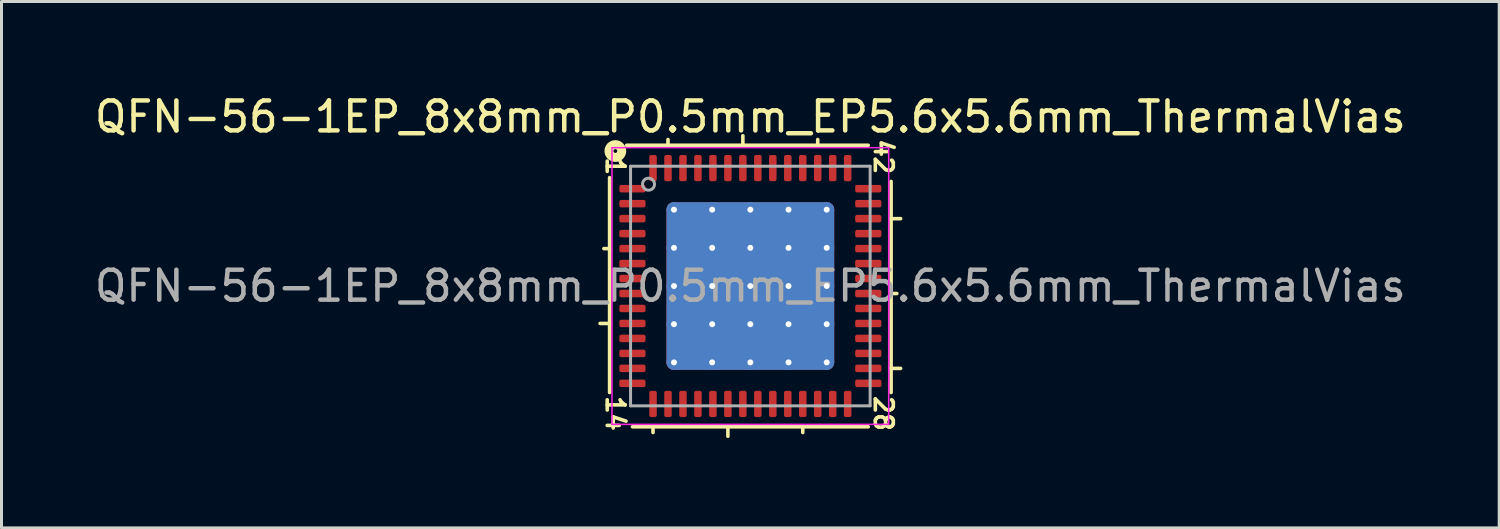
<source format=kicad_pcb>
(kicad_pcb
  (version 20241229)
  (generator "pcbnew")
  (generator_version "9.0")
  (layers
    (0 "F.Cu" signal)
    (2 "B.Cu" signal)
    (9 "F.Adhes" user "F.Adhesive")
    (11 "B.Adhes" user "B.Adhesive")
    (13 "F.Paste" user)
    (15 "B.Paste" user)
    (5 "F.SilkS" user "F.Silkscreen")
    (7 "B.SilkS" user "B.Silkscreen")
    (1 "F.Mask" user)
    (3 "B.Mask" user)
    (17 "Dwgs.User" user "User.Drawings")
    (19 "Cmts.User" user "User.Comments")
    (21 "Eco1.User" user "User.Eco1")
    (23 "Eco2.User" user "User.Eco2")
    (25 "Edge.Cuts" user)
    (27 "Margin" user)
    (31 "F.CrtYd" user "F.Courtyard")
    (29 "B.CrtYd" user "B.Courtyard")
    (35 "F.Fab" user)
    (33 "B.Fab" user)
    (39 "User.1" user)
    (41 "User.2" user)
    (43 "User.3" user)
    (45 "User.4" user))
  (footprint "QFN-56-1EP_8x8mm_P0.5mm_EP5.6x5.6mm_ThermalVias"
    (layer "F.Cu")
    (at 22.006 6.501)
    (property "Reference" "QFN-56-1EP_8x8mm_P0.5mm_EP5.6x5.6mm_ThermalVias" (at 0 -5.652 0) (layer "F.SilkS") (effects (font (size 1 1) (thickness 0.15))))
    (attr smd)
    (fp_line (start -4.7 -3.619) (end -4.7 3.556) (stroke (width 0.12) (type solid)) (layer "F.SilkS"))
    (fp_line (start -4.7 -1.25) (end -4.891 -1.25) (stroke (width 0.12) (type solid)) (layer "F.SilkS"))
    (fp_line (start -4.7 1.25) (end -5.018 1.25) (stroke (width 0.12) (type solid)) (layer "F.SilkS"))
    (fp_line (start -3.937 4.7) (end 3.937 4.7) (stroke (width 0.12) (type solid)) (layer "F.SilkS"))
    (fp_line (start -3.25 4.891) (end -3.25 4.7) (stroke (width 0.12) (type solid)) (layer "F.SilkS"))
    (fp_line (start -2.75 -4.7) (end -2.75 -4.891) (stroke (width 0.12) (type solid)) (layer "F.SilkS"))
    (fp_line (start -0.75 5.018) (end -0.75 4.7) (stroke (width 0.12) (type solid)) (layer "F.SilkS"))
    (fp_line (start -0.25 -4.7) (end -0.25 -5.018) (stroke (width 0.12) (type solid)) (layer "F.SilkS"))
    (fp_line (start 1.75 4.891) (end 1.75 4.7) (stroke (width 0.12) (type solid)) (layer "F.SilkS"))
    (fp_line (start 2.25 -4.7) (end 2.25 -4.891) (stroke (width 0.12) (type solid)) (layer "F.SilkS"))
    (fp_line (start 3.937 -4.7) (end -4.128 -4.7) (stroke (width 0.12) (type solid)) (layer "F.SilkS"))
    (fp_line (start 4.7 -2.25) (end 5.018 -2.25) (stroke (width 0.12) (type solid)) (layer "F.SilkS"))
    (fp_line (start 4.7 0.25) (end 4.891 0.25) (stroke (width 0.12) (type solid)) (layer "F.SilkS"))
    (fp_line (start 4.7 2.75) (end 5.018 2.75) (stroke (width 0.12) (type solid)) (layer "F.SilkS"))
    (fp_line (start 4.7 3.556) (end 4.7 -3.493) (stroke (width 0.12) (type solid)) (layer "F.SilkS"))
    (fp_circle (center -4.508 -4.508) (end -4.445 -4.508) (stroke (width 0.3) (type solid)) (fill no) (layer "F.SilkS"))
    (fp_line (start -4.62 -4.62) (end -4.62 4.62) (stroke (width 0.05) (type solid)) (layer "F.CrtYd"))
    (fp_line (start -4.62 4.62) (end 4.62 4.62) (stroke (width 0.05) (type solid)) (layer "F.CrtYd"))
    (fp_line (start 4.62 -4.62) (end -4.62 -4.62) (stroke (width 0.05) (type solid)) (layer "F.CrtYd"))
    (fp_line (start 4.62 4.62) (end 4.62 -4.62) (stroke (width 0.05) (type solid)) (layer "F.CrtYd"))
    (fp_line (start -4 -4) (end 4 -4) (stroke (width 0.1) (type solid)) (layer "F.Fab"))
    (fp_line (start -4 4) (end -4 -4) (stroke (width 0.1) (type solid)) (layer "F.Fab"))
    (fp_line (start 4 -4) (end 4 4) (stroke (width 0.1) (type solid)) (layer "F.Fab"))
    (fp_line (start 4 4) (end -4 4) (stroke (width 0.1) (type solid)) (layer "F.Fab"))
    (fp_circle (center -3.4 -3.4) (end -3.2 -3.4) (stroke (width 0.1) (type solid)) (fill no) (layer "F.Fab"))
    (fp_text user "42" (at 4.445 -4.318 270) (unlocked yes) (layer "F.SilkS") (effects (font (size 0.6 0.6) (thickness 0.12))))
    (fp_text user "1" (at -4.508 -4 270) (unlocked yes) (layer "F.SilkS") (effects (font (size 0.6 0.6) (thickness 0.12))))
    (fp_text user "14" (at -4.508 4.255 270) (unlocked yes) (layer "F.SilkS") (effects (font (size 0.6 0.6) (thickness 0.12))))
    (fp_text user "28" (at 4.445 4.255 270) (unlocked yes) (layer "F.SilkS") (effects (font (size 0.6 0.6) (thickness 0.12))))
    (fp_text user "${REFERENCE}" (at 0 0 0) (layer "F.Fab") (effects (font (size 1 1) (thickness 0.15))))
    (pad "" smd roundrect (at -1.913 -1.913) (size 1.084 1.084) (layers "F.Paste") (roundrect_rratio 0.231))
    (pad "" smd roundrect (at -1.913 -0.637) (size 1.084 1.084) (layers "F.Paste") (roundrect_rratio 0.231))
    (pad "" smd roundrect (at -1.913 0.637) (size 1.084 1.084) (layers "F.Paste") (roundrect_rratio 0.231))
    (pad "" smd roundrect (at -1.913 1.913) (size 1.084 1.084) (layers "F.Paste") (roundrect_rratio 0.231))
    (pad "" smd roundrect (at -0.637 -1.913) (size 1.084 1.084) (layers "F.Paste") (roundrect_rratio 0.231))
    (pad "" smd roundrect (at -0.637 -0.637) (size 1.084 1.084) (layers "F.Paste") (roundrect_rratio 0.231))
    (pad "" smd roundrect (at -0.637 0.637) (size 1.084 1.084) (layers "F.Paste") (roundrect_rratio 0.231))
    (pad "" smd roundrect (at -0.637 1.913) (size 1.084 1.084) (layers "F.Paste") (roundrect_rratio 0.231))
    (pad "" smd roundrect (at 0.637 -1.913) (size 1.084 1.084) (layers "F.Paste") (roundrect_rratio 0.231))
    (pad "" smd roundrect (at 0.637 -0.637) (size 1.084 1.084) (layers "F.Paste") (roundrect_rratio 0.231))
    (pad "" smd roundrect (at 0.637 0.637) (size 1.084 1.084) (layers "F.Paste") (roundrect_rratio 0.231))
    (pad "" smd roundrect (at 0.637 1.913) (size 1.084 1.084) (layers "F.Paste") (roundrect_rratio 0.231))
    (pad "" smd roundrect (at 1.913 -1.913) (size 1.084 1.084) (layers "F.Paste") (roundrect_rratio 0.231))
    (pad "" smd roundrect (at 1.913 -0.637) (size 1.084 1.084) (layers "F.Paste") (roundrect_rratio 0.231))
    (pad "" smd roundrect (at 1.913 0.637) (size 1.084 1.084) (layers "F.Paste") (roundrect_rratio 0.231))
    (pad "" smd roundrect (at 1.913 1.913) (size 1.084 1.084) (layers "F.Paste") (roundrect_rratio 0.231))
    (pad "1" smd roundrect (at -3.938 -3.25) (size 0.875 0.25) (layers "F.Cu" "F.Mask" "F.Paste") (roundrect_rratio 0.25))
    (pad "2" smd roundrect (at -3.938 -2.75) (size 0.875 0.25) (layers "F.Cu" "F.Mask" "F.Paste") (roundrect_rratio 0.25))
    (pad "3" smd roundrect (at -3.938 -2.25) (size 0.875 0.25) (layers "F.Cu" "F.Mask" "F.Paste") (roundrect_rratio 0.25))
    (pad "4" smd roundrect (at -3.938 -1.75) (size 0.875 0.25) (layers "F.Cu" "F.Mask" "F.Paste") (roundrect_rratio 0.25))
    (pad "5" smd roundrect (at -3.938 -1.25) (size 0.875 0.25) (layers "F.Cu" "F.Mask" "F.Paste") (roundrect_rratio 0.25))
    (pad "6" smd roundrect (at -3.938 -0.75) (size 0.875 0.25) (layers "F.Cu" "F.Mask" "F.Paste") (roundrect_rratio 0.25))
    (pad "7" smd roundrect (at -3.938 -0.25) (size 0.875 0.25) (layers "F.Cu" "F.Mask" "F.Paste") (roundrect_rratio 0.25))
    (pad "8" smd roundrect (at -3.938 0.25) (size 0.875 0.25) (layers "F.Cu" "F.Mask" "F.Paste") (roundrect_rratio 0.25))
    (pad "9" smd roundrect (at -3.938 0.75) (size 0.875 0.25) (layers "F.Cu" "F.Mask" "F.Paste") (roundrect_rratio 0.25))
    (pad "10" smd roundrect (at -3.938 1.25) (size 0.875 0.25) (layers "F.Cu" "F.Mask" "F.Paste") (roundrect_rratio 0.25))
    (pad "11" smd roundrect (at -3.938 1.75) (size 0.875 0.25) (layers "F.Cu" "F.Mask" "F.Paste") (roundrect_rratio 0.25))
    (pad "12" smd roundrect (at -3.938 2.25) (size 0.875 0.25) (layers "F.Cu" "F.Mask" "F.Paste") (roundrect_rratio 0.25))
    (pad "13" smd roundrect (at -3.938 2.75) (size 0.875 0.25) (layers "F.Cu" "F.Mask" "F.Paste") (roundrect_rratio 0.25))
    (pad "14" smd roundrect (at -3.938 3.25) (size 0.875 0.25) (layers "F.Cu" "F.Mask" "F.Paste") (roundrect_rratio 0.25))
    (pad "15" smd roundrect (at -3.25 3.938) (size 0.25 0.875) (layers "F.Cu" "F.Mask" "F.Paste") (roundrect_rratio 0.25))
    (pad "16" smd roundrect (at -2.75 3.938) (size 0.25 0.875) (layers "F.Cu" "F.Mask" "F.Paste") (roundrect_rratio 0.25))
    (pad "17" smd roundrect (at -2.25 3.938) (size 0.25 0.875) (layers "F.Cu" "F.Mask" "F.Paste") (roundrect_rratio 0.25))
    (pad "18" smd roundrect (at -1.75 3.938) (size 0.25 0.875) (layers "F.Cu" "F.Mask" "F.Paste") (roundrect_rratio 0.25))
    (pad "19" smd roundrect (at -1.25 3.938) (size 0.25 0.875) (layers "F.Cu" "F.Mask" "F.Paste") (roundrect_rratio 0.25))
    (pad "20" smd roundrect (at -0.75 3.938) (size 0.25 0.875) (layers "F.Cu" "F.Mask" "F.Paste") (roundrect_rratio 0.25))
    (pad "21" smd roundrect (at -0.25 3.938) (size 0.25 0.875) (layers "F.Cu" "F.Mask" "F.Paste") (roundrect_rratio 0.25))
    (pad "22" smd roundrect (at 0.25 3.938) (size 0.25 0.875) (layers "F.Cu" "F.Mask" "F.Paste") (roundrect_rratio 0.25))
    (pad "23" smd roundrect (at 0.75 3.938) (size 0.25 0.875) (layers "F.Cu" "F.Mask" "F.Paste") (roundrect_rratio 0.25))
    (pad "24" smd roundrect (at 1.25 3.938) (size 0.25 0.875) (layers "F.Cu" "F.Mask" "F.Paste") (roundrect_rratio 0.25))
    (pad "25" smd roundrect (at 1.75 3.938) (size 0.25 0.875) (layers "F.Cu" "F.Mask" "F.Paste") (roundrect_rratio 0.25))
    (pad "26" smd roundrect (at 2.25 3.938) (size 0.25 0.875) (layers "F.Cu" "F.Mask" "F.Paste") (roundrect_rratio 0.25))
    (pad "27" smd roundrect (at 2.75 3.938) (size 0.25 0.875) (layers "F.Cu" "F.Mask" "F.Paste") (roundrect_rratio 0.25))
    (pad "28" smd roundrect (at 3.25 3.938) (size 0.25 0.875) (layers "F.Cu" "F.Mask" "F.Paste") (roundrect_rratio 0.25))
    (pad "29" smd roundrect (at 3.938 3.25) (size 0.875 0.25) (layers "F.Cu" "F.Mask" "F.Paste") (roundrect_rratio 0.25))
    (pad "30" smd roundrect (at 3.938 2.75) (size 0.875 0.25) (layers "F.Cu" "F.Mask" "F.Paste") (roundrect_rratio 0.25))
    (pad "31" smd roundrect (at 3.938 2.25) (size 0.875 0.25) (layers "F.Cu" "F.Mask" "F.Paste") (roundrect_rratio 0.25))
    (pad "32" smd roundrect (at 3.938 1.75) (size 0.875 0.25) (layers "F.Cu" "F.Mask" "F.Paste") (roundrect_rratio 0.25))
    (pad "33" smd roundrect (at 3.938 1.25) (size 0.875 0.25) (layers "F.Cu" "F.Mask" "F.Paste") (roundrect_rratio 0.25))
    (pad "34" smd roundrect (at 3.938 0.75) (size 0.875 0.25) (layers "F.Cu" "F.Mask" "F.Paste") (roundrect_rratio 0.25))
    (pad "35" smd roundrect (at 3.938 0.25) (size 0.875 0.25) (layers "F.Cu" "F.Mask" "F.Paste") (roundrect_rratio 0.25))
    (pad "36" smd roundrect (at 3.938 -0.25) (size 0.875 0.25) (layers "F.Cu" "F.Mask" "F.Paste") (roundrect_rratio 0.25))
    (pad "37" smd roundrect (at 3.938 -0.75) (size 0.875 0.25) (layers "F.Cu" "F.Mask" "F.Paste") (roundrect_rratio 0.25))
    (pad "38" smd roundrect (at 3.938 -1.25) (size 0.875 0.25) (layers "F.Cu" "F.Mask" "F.Paste") (roundrect_rratio 0.25))
    (pad "39" smd roundrect (at 3.938 -1.75) (size 0.875 0.25) (layers "F.Cu" "F.Mask" "F.Paste") (roundrect_rratio 0.25))
    (pad "40" smd roundrect (at 3.938 -2.25) (size 0.875 0.25) (layers "F.Cu" "F.Mask" "F.Paste") (roundrect_rratio 0.25))
    (pad "41" smd roundrect (at 3.938 -2.75) (size 0.875 0.25) (layers "F.Cu" "F.Mask" "F.Paste") (roundrect_rratio 0.25))
    (pad "42" smd roundrect (at 3.938 -3.25) (size 0.875 0.25) (layers "F.Cu" "F.Mask" "F.Paste") (roundrect_rratio 0.25))
    (pad "43" smd roundrect (at 3.25 -3.938) (size 0.25 0.875) (layers "F.Cu" "F.Mask" "F.Paste") (roundrect_rratio 0.25))
    (pad "44" smd roundrect (at 2.75 -3.938) (size 0.25 0.875) (layers "F.Cu" "F.Mask" "F.Paste") (roundrect_rratio 0.25))
    (pad "45" smd roundrect (at 2.25 -3.938) (size 0.25 0.875) (layers "F.Cu" "F.Mask" "F.Paste") (roundrect_rratio 0.25))
    (pad "46" smd roundrect (at 1.75 -3.938) (size 0.25 0.875) (layers "F.Cu" "F.Mask" "F.Paste") (roundrect_rratio 0.25))
    (pad "47" smd roundrect (at 1.25 -3.938) (size 0.25 0.875) (layers "F.Cu" "F.Mask" "F.Paste") (roundrect_rratio 0.25))
    (pad "48" smd roundrect (at 0.75 -3.938) (size 0.25 0.875) (layers "F.Cu" "F.Mask" "F.Paste") (roundrect_rratio 0.25))
    (pad "49" smd roundrect (at 0.25 -3.938) (size 0.25 0.875) (layers "F.Cu" "F.Mask" "F.Paste") (roundrect_rratio 0.25))
    (pad "50" smd roundrect (at -0.25 -3.938) (size 0.25 0.875) (layers "F.Cu" "F.Mask" "F.Paste") (roundrect_rratio 0.25))
    (pad "51" smd roundrect (at -0.75 -3.938) (size 0.25 0.875) (layers "F.Cu" "F.Mask" "F.Paste") (roundrect_rratio 0.25))
    (pad "52" smd roundrect (at -1.25 -3.938) (size 0.25 0.875) (layers "F.Cu" "F.Mask" "F.Paste") (roundrect_rratio 0.25))
    (pad "53" smd roundrect (at -1.75 -3.938) (size 0.25 0.875) (layers "F.Cu" "F.Mask" "F.Paste") (roundrect_rratio 0.25))
    (pad "54" smd roundrect (at -2.25 -3.938) (size 0.25 0.875) (layers "F.Cu" "F.Mask" "F.Paste") (roundrect_rratio 0.25))
    (pad "55" smd roundrect (at -2.75 -3.938) (size 0.25 0.875) (layers "F.Cu" "F.Mask" "F.Paste") (roundrect_rratio 0.25))
    (pad "56" smd roundrect (at -3.25 -3.938) (size 0.25 0.875) (layers "F.Cu" "F.Mask" "F.Paste") (roundrect_rratio 0.25))
    (pad "57" thru_hole circle (at -2.55 -2.55) (size 0.5 0.5) (drill 0.2) (property pad_prop_heatsink) (layers "*.Cu"))
    (pad "57" thru_hole circle (at -2.55 -1.275) (size 0.5 0.5) (drill 0.2) (property pad_prop_heatsink) (layers "*.Cu"))
    (pad "57" thru_hole circle (at -2.55 0) (size 0.5 0.5) (drill 0.2) (property pad_prop_heatsink) (layers "*.Cu"))
    (pad "57" thru_hole circle (at -2.55 1.275) (size 0.5 0.5) (drill 0.2) (property pad_prop_heatsink) (layers "*.Cu"))
    (pad "57" thru_hole circle (at -2.55 2.55) (size 0.5 0.5) (drill 0.2) (property pad_prop_heatsink) (layers "*.Cu"))
    (pad "57" thru_hole circle (at -1.275 -2.55) (size 0.5 0.5) (drill 0.2) (property pad_prop_heatsink) (layers "*.Cu"))
    (pad "57" thru_hole circle (at -1.275 -1.275) (size 0.5 0.5) (drill 0.2) (property pad_prop_heatsink) (layers "*.Cu"))
    (pad "57" thru_hole circle (at -1.275 0) (size 0.5 0.5) (drill 0.2) (property pad_prop_heatsink) (layers "*.Cu"))
    (pad "57" thru_hole circle (at -1.275 1.275) (size 0.5 0.5) (drill 0.2) (property pad_prop_heatsink) (layers "*.Cu"))
    (pad "57" thru_hole circle (at -1.275 2.55) (size 0.5 0.5) (drill 0.2) (property pad_prop_heatsink) (layers "*.Cu"))
    (pad "57" thru_hole circle (at 0 -2.55) (size 0.5 0.5) (drill 0.2) (property pad_prop_heatsink) (layers "*.Cu"))
    (pad "57" thru_hole circle (at 0 -1.275) (size 0.5 0.5) (drill 0.2) (property pad_prop_heatsink) (layers "*.Cu"))
    (pad "57" thru_hole circle (at 0 0) (size 0.5 0.5) (drill 0.2) (property pad_prop_heatsink) (layers "*.Cu"))
    (pad "57" smd roundrect (at 0 0) (size 5.6 5.6) (layers "F.Cu" "F.Mask") (roundrect_rratio 0.045))
    (pad "57" smd roundrect (at 0 0) (size 5.6 5.6) (layers "B.Cu" "B.Mask") (roundrect_rratio 0.045))
    (pad "57" thru_hole circle (at 0 1.275) (size 0.5 0.5) (drill 0.2) (property pad_prop_heatsink) (layers "*.Cu"))
    (pad "57" thru_hole circle (at 0 2.55) (size 0.5 0.5) (drill 0.2) (property pad_prop_heatsink) (layers "*.Cu"))
    (pad "57" thru_hole circle (at 1.275 -2.55) (size 0.5 0.5) (drill 0.2) (property pad_prop_heatsink) (layers "*.Cu"))
    (pad "57" thru_hole circle (at 1.275 -1.275) (size 0.5 0.5) (drill 0.2) (property pad_prop_heatsink) (layers "*.Cu"))
    (pad "57" thru_hole circle (at 1.275 0) (size 0.5 0.5) (drill 0.2) (property pad_prop_heatsink) (layers "*.Cu"))
    (pad "57" thru_hole circle (at 1.275 1.275) (size 0.5 0.5) (drill 0.2) (property pad_prop_heatsink) (layers "*.Cu"))
    (pad "57" thru_hole circle (at 1.275 2.55) (size 0.5 0.5) (drill 0.2) (property pad_prop_heatsink) (layers "*.Cu"))
    (pad "57" thru_hole circle (at 2.55 -2.55) (size 0.5 0.5) (drill 0.2) (property pad_prop_heatsink) (layers "*.Cu"))
    (pad "57" thru_hole circle (at 2.55 -1.275) (size 0.5 0.5) (drill 0.2) (property pad_prop_heatsink) (layers "*.Cu"))
    (pad "57" thru_hole circle (at 2.55 0) (size 0.5 0.5) (drill 0.2) (property pad_prop_heatsink) (layers "*.Cu"))
    (pad "57" thru_hole circle (at 2.55 1.275) (size 0.5 0.5) (drill 0.2) (property pad_prop_heatsink) (layers "*.Cu"))
    (pad "57" thru_hole circle (at 2.55 2.55) (size 0.5 0.5) (drill 0.2) (property pad_prop_heatsink) (layers "*.Cu")))
  (gr_rect
    (start -3 -3)
    (end 47.012 14.578)
    (stroke (width 0.1) (type default))
    (fill no)
    (layer "Edge.Cuts")))
</source>
